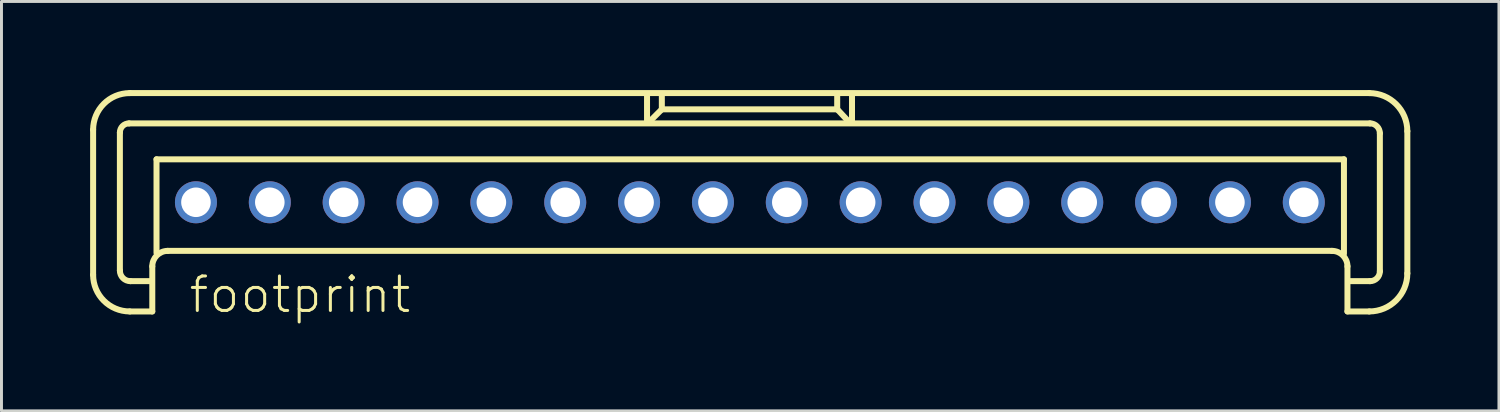
<source format=kicad_pcb>
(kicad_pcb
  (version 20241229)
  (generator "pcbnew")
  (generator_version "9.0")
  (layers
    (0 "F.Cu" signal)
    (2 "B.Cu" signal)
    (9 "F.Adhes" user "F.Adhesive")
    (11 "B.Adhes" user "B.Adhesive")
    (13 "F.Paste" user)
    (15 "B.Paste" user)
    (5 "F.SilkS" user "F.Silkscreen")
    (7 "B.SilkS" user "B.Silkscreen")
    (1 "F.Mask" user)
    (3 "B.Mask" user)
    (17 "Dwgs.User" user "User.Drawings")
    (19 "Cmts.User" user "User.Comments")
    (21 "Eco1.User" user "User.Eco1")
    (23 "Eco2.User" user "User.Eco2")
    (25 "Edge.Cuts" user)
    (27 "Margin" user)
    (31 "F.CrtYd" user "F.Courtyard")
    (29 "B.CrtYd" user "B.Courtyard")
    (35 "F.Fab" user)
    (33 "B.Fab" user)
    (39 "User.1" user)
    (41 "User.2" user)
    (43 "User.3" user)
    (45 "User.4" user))
  (footprint "footprint"
    (layer "F.Cu")
    (at 22.333 3.797)
    (property "Reference" "footprint" (at -19.05 3.81 0) (layer "F.SilkS") (effects (font (size 1.168 1.168) (thickness 0.102)) (justify left bottom)))
    (fp_line (start -22.231 2.456) (end -22.231 -2.456) (stroke (width 0.203) (type solid)) (layer "F.SilkS"))
    (fp_line (start -21.325 2.313) (end -21.325 -2.361) (stroke (width 0.203) (type solid)) (layer "F.SilkS"))
    (fp_line (start -21.015 -2.67) (end 20.991 -2.67) (stroke (width 0.203) (type solid)) (layer "F.SilkS"))
    (fp_line (start -20.991 -3.696) (end 20.967 -3.696) (stroke (width 0.203) (type solid)) (layer "F.SilkS"))
    (fp_line (start -20.252 2.67) (end -20.967 2.67) (stroke (width 0.203) (type solid)) (layer "F.SilkS"))
    (fp_line (start -20.228 2.17) (end -20.228 3.695) (stroke (width 0.203) (type solid)) (layer "F.SilkS"))
    (fp_line (start -20.228 3.695) (end -20.991 3.695) (stroke (width 0.203) (type solid)) (layer "F.SilkS"))
    (fp_line (start -20.085 -1.454) (end 20.109 -1.454) (stroke (width 0.203) (type solid)) (layer "F.SilkS"))
    (fp_line (start -20.085 1.716) (end -20.085 -1.454) (stroke (width 0.203) (type solid)) (layer "F.SilkS"))
    (fp_line (start -3.481 -3.648) (end -3.481 -2.742) (stroke (width 0.203) (type solid)) (layer "F.SilkS"))
    (fp_line (start -3.004 -3.123) (end -3.386 -2.742) (stroke (width 0.203) (type solid)) (layer "F.SilkS"))
    (fp_line (start -2.98 -3.147) (end -2.98 -3.624) (stroke (width 0.203) (type solid)) (layer "F.SilkS"))
    (fp_line (start 2.956 -3.672) (end 2.956 -3.147) (stroke (width 0.203) (type solid)) (layer "F.SilkS"))
    (fp_line (start 2.956 -3.147) (end -2.98 -3.147) (stroke (width 0.203) (type solid)) (layer "F.SilkS"))
    (fp_line (start 2.98 -3.123) (end 3.314 -2.766) (stroke (width 0.203) (type solid)) (layer "F.SilkS"))
    (fp_line (start 3.457 -3.624) (end 3.457 -2.742) (stroke (width 0.203) (type solid)) (layer "F.SilkS"))
    (fp_line (start 19.704 1.645) (end -19.704 1.645) (stroke (width 0.203) (type solid)) (layer "F.SilkS"))
    (fp_line (start 20.109 -1.454) (end 20.109 1.74) (stroke (width 0.203) (type solid)) (layer "F.SilkS"))
    (fp_line (start 20.228 3.695) (end 20.228 2.17) (stroke (width 0.203) (type solid)) (layer "F.SilkS"))
    (fp_line (start 20.967 3.695) (end 20.228 3.695) (stroke (width 0.203) (type solid)) (layer "F.SilkS"))
    (fp_line (start 20.991 2.67) (end 20.323 2.67) (stroke (width 0.203) (type solid)) (layer "F.SilkS"))
    (fp_line (start 21.325 -2.337) (end 21.325 2.336) (stroke (width 0.203) (type solid)) (layer "F.SilkS"))
    (fp_line (start 22.255 -2.408) (end 22.255 2.408) (stroke (width 0.203) (type solid)) (layer "F.SilkS"))
    (fp_arc (start -22.231 -2.4558) (mid -21.867871 -3.332471) (end -20.9912 -3.6956) (stroke (width 0.2032) (type solid)) (layer "F.SilkS"))
    (fp_arc (start -21.325 -2.3605) (mid -21.234232 -2.579632) (end -21.0151 -2.6704) (stroke (width 0.2032) (type solid)) (layer "F.SilkS"))
    (fp_arc (start -20.9912 3.6954) (mid -21.867871 3.332271) (end -22.231 2.4556) (stroke (width 0.2032) (type solid)) (layer "F.SilkS"))
    (fp_arc (start -20.9674 2.6702) (mid -21.220261 2.565461) (end -21.325 2.3126) (stroke (width 0.2032) (type solid)) (layer "F.SilkS"))
    (fp_arc (start -20.2283 2.1695) (mid -20.074678 1.798622) (end -19.7038 1.645) (stroke (width 0.2032) (type solid)) (layer "F.SilkS"))
    (fp_arc (start 19.7036 1.645) (mid 20.074478 1.798622) (end 20.2281 2.1695) (stroke (width 0.2032) (type solid)) (layer "F.SilkS"))
    (fp_arc (start 20.9672 -3.6956) (mid 21.8776 -3.3185) (end 22.2547 -2.4081) (stroke (width 0.2032) (type solid)) (layer "F.SilkS"))
    (fp_arc (start 20.9911 -2.6704) (mid 21.227132 -2.572632) (end 21.3249 -2.3366) (stroke (width 0.2032) (type solid)) (layer "F.SilkS"))
    (fp_arc (start 21.3249 2.3364) (mid 21.227132 2.572432) (end 20.9911 2.6702) (stroke (width 0.2032) (type solid)) (layer "F.SilkS"))
    (fp_arc (start 22.2547 2.4079) (mid 21.8776 3.3183) (end 20.9672 3.6954) (stroke (width 0.2032) (type solid)) (layer "F.SilkS"))
    (pad "1" thru_hole circle (at -18.75 0) (size 1.422 1.422) (drill 1) (layers "*.Cu" "*.Mask"))
    (pad "2" thru_hole circle (at -16.25 0) (size 1.422 1.422) (drill 1) (layers "*.Cu" "*.Mask"))
    (pad "3" thru_hole circle (at -13.75 0) (size 1.422 1.422) (drill 1) (layers "*.Cu" "*.Mask"))
    (pad "4" thru_hole circle (at -11.25 0) (size 1.422 1.422) (drill 1) (layers "*.Cu" "*.Mask"))
    (pad "5" thru_hole circle (at -8.75 0) (size 1.422 1.422) (drill 1) (layers "*.Cu" "*.Mask"))
    (pad "6" thru_hole circle (at -6.25 0) (size 1.422 1.422) (drill 1) (layers "*.Cu" "*.Mask"))
    (pad "7" thru_hole circle (at -3.75 0) (size 1.422 1.422) (drill 1) (layers "*.Cu" "*.Mask"))
    (pad "8" thru_hole circle (at -1.25 0) (size 1.422 1.422) (drill 1) (layers "*.Cu" "*.Mask"))
    (pad "9" thru_hole circle (at 1.25 0) (size 1.422 1.422) (drill 1) (layers "*.Cu" "*.Mask"))
    (pad "10" thru_hole circle (at 3.75 0) (size 1.422 1.422) (drill 1) (layers "*.Cu" "*.Mask"))
    (pad "11" thru_hole circle (at 6.25 0) (size 1.422 1.422) (drill 1) (layers "*.Cu" "*.Mask"))
    (pad "12" thru_hole circle (at 8.75 0) (size 1.422 1.422) (drill 1) (layers "*.Cu" "*.Mask"))
    (pad "13" thru_hole circle (at 11.25 0) (size 1.422 1.422) (drill 1) (layers "*.Cu" "*.Mask"))
    (pad "14" thru_hole circle (at 13.75 0) (size 1.422 1.422) (drill 1) (layers "*.Cu" "*.Mask"))
    (pad "15" thru_hole circle (at 16.25 0) (size 1.422 1.422) (drill 1) (layers "*.Cu" "*.Mask"))
    (pad "16" thru_hole circle (at 18.75 0) (size 1.422 1.422) (drill 1) (layers "*.Cu" "*.Mask")))
  (gr_rect
    (start -3 -3)
    (end 47.689 10.858)
    (stroke (width 0.1) (type default))
    (fill no)
    (layer "Edge.Cuts")))
</source>
